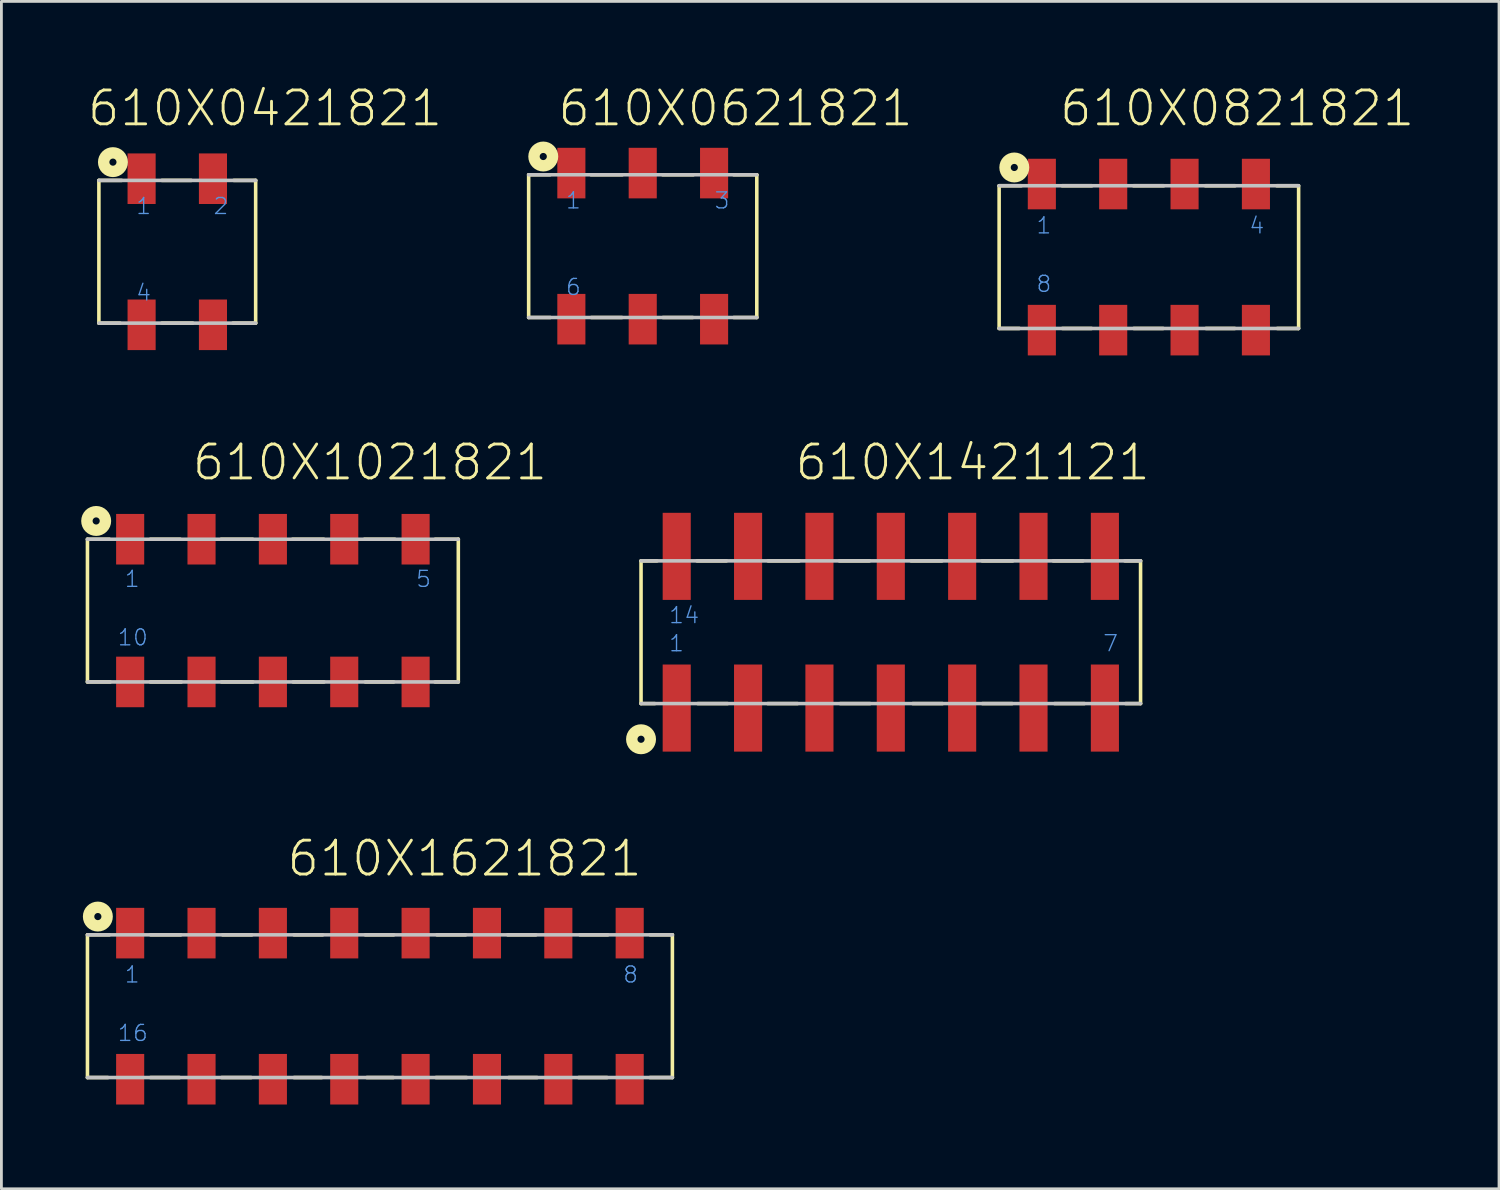
<source format=kicad_pcb>
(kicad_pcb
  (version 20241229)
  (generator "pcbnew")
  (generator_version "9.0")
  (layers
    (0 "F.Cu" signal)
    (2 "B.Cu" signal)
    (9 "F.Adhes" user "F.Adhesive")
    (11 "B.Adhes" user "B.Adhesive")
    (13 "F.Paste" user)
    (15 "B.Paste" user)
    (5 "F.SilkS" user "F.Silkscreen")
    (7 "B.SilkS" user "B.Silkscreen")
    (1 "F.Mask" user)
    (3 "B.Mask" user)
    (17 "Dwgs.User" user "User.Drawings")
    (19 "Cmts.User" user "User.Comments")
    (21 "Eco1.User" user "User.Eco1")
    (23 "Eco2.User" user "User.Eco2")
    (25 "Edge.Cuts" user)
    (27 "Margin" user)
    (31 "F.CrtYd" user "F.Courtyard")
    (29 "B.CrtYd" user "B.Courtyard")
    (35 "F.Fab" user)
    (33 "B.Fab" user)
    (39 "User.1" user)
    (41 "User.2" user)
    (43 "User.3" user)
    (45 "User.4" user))
  (footprint "610X0421821"
    (layer "F.Cu")
    (at 3.26 5.911)
    (property "Reference" "610X0421821" (at -3.26 -4.4 0) (layer "F.SilkS") (effects (font (size 1.206 1.206) (thickness 0.102)) (justify left bottom)))
    (attr through_hole)
    (fp_line (start -2.79 -2.54) (end -2.79 2.54) (stroke (width 0.127) (type solid)) (layer "F.SilkS"))
    (fp_line (start -2.04 2.54) (end -2.79 2.54) (stroke (width 0.127) (type solid)) (layer "F.SilkS"))
    (fp_line (start -1.98 -2.54) (end -2.79 -2.54) (stroke (width 0.127) (type solid)) (layer "F.SilkS"))
    (fp_line (start -0.55 -2.54) (end 0.5 -2.54) (stroke (width 0.127) (type solid)) (layer "F.SilkS"))
    (fp_line (start -0.55 2.54) (end 0.55 2.54) (stroke (width 0.127) (type solid)) (layer "F.SilkS"))
    (fp_line (start 1.98 2.54) (end 2.79 2.54) (stroke (width 0.127) (type solid)) (layer "F.SilkS"))
    (fp_line (start 2.01 -2.54) (end 2.79 -2.54) (stroke (width 0.127) (type solid)) (layer "F.SilkS"))
    (fp_line (start 2.79 2.54) (end 2.79 -2.54) (stroke (width 0.127) (type solid)) (layer "F.SilkS"))
    (fp_circle (center -2.29 -3.19) (end -2.163 -3.19) (stroke (width 0.406) (type solid)) (fill no) (layer "F.SilkS"))
    (fp_line (start -2.79 2.54) (end 2.79 2.54) (stroke (width 0.127) (type solid)) (layer "Dwgs.User"))
    (fp_line (start 2.79 -2.54) (end -2.79 -2.54) (stroke (width 0.127) (type solid)) (layer "Dwgs.User"))
    (fp_text user "4" (at -1.5 1.79 0) (layer "Cmts.User") (effects (font (size 0.57 0.57) (thickness 0.048)) (justify left bottom)))
    (fp_text user "2" (at 1.25 -1.29 0) (layer "Cmts.User") (effects (font (size 0.57 0.57) (thickness 0.048)) (justify left bottom)))
    (fp_text user "1" (at -1.5 -1.29 0) (layer "Cmts.User") (effects (font (size 0.57 0.57) (thickness 0.048)) (justify left bottom)))
    (pad "1" smd rect (at -1.27 -2.6) (size 1 1.8) (layers "F.Cu" "F.Mask" "F.Paste"))
    (pad "2" smd rect (at 1.27 -2.6) (size 1 1.8) (layers "F.Cu" "F.Mask" "F.Paste"))
    (pad "3" smd rect (at 1.27 2.6) (size 1 1.8) (layers "F.Cu" "F.Mask" "F.Paste"))
    (pad "4" smd rect (at -1.27 2.6) (size 1 1.8) (layers "F.Cu" "F.Mask" "F.Paste")))
  (footprint "610X1021821"
    (layer "F.Cu")
    (at 6.663 18.683)
    (property "Reference" "610X1021821" (at -2.93 -4.57 0) (layer "F.SilkS") (effects (font (size 1.206 1.206) (thickness 0.102)) (justify left bottom)))
    (attr through_hole)
    (fp_line (start -6.6 2.54) (end -6.6 -2.54) (stroke (width 0.127) (type solid)) (layer "F.SilkS"))
    (fp_line (start -5.82 -2.54) (end -6.6 -2.54) (stroke (width 0.127) (type solid)) (layer "F.SilkS"))
    (fp_line (start -5.79 2.54) (end -6.6 2.54) (stroke (width 0.127) (type solid)) (layer "F.SilkS"))
    (fp_line (start -4.36 -2.54) (end -3.3 -2.54) (stroke (width 0.127) (type solid)) (layer "F.SilkS"))
    (fp_line (start -4.36 2.54) (end -3.26 2.54) (stroke (width 0.127) (type solid)) (layer "F.SilkS"))
    (fp_line (start -1.84 -2.54) (end -0.72 -2.54) (stroke (width 0.127) (type solid)) (layer "F.SilkS"))
    (fp_line (start -1.83 2.54) (end -0.71 2.54) (stroke (width 0.127) (type solid)) (layer "F.SilkS"))
    (fp_line (start 0.7 -2.54) (end 1.81 -2.54) (stroke (width 0.127) (type solid)) (layer "F.SilkS"))
    (fp_line (start 0.72 2.54) (end 1.82 2.54) (stroke (width 0.127) (type solid)) (layer "F.SilkS"))
    (fp_line (start 3.26 -2.54) (end 4.34 -2.54) (stroke (width 0.127) (type solid)) (layer "F.SilkS"))
    (fp_line (start 3.29 2.54) (end 4.3 2.54) (stroke (width 0.127) (type solid)) (layer "F.SilkS"))
    (fp_line (start 5.77 2.54) (end 6.6 2.54) (stroke (width 0.127) (type solid)) (layer "F.SilkS"))
    (fp_line (start 5.78 -2.54) (end 6.6 -2.54) (stroke (width 0.127) (type solid)) (layer "F.SilkS"))
    (fp_line (start 6.6 2.54) (end 6.6 -2.54) (stroke (width 0.127) (type solid)) (layer "F.SilkS"))
    (fp_circle (center -6.29 -3.19) (end -6.163 -3.19) (stroke (width 0.406) (type solid)) (fill no) (layer "F.SilkS"))
    (fp_line (start -6.6 -2.54) (end 6.6 -2.54) (stroke (width 0.127) (type solid)) (layer "Dwgs.User"))
    (fp_line (start 6.6 2.54) (end -6.6 2.54) (stroke (width 0.127) (type solid)) (layer "Dwgs.User"))
    (fp_text user "10" (at -5.56 1.29 0) (layer "Cmts.User") (effects (font (size 0.57 0.57) (thickness 0.048)) (justify left bottom)))
    (fp_text user "1" (at -5.31 -0.79 0) (layer "Cmts.User") (effects (font (size 0.57 0.57) (thickness 0.048)) (justify left bottom)))
    (fp_text user "5" (at 5.06 -0.79 0) (layer "Cmts.User") (effects (font (size 0.57 0.57) (thickness 0.048)) (justify left bottom)))
    (pad "1" smd rect (at -5.08 -2.54) (size 1 1.8) (layers "F.Cu" "F.Mask" "F.Paste"))
    (pad "2" smd rect (at -2.54 -2.54) (size 1 1.8) (layers "F.Cu" "F.Mask" "F.Paste"))
    (pad "3" smd rect (at 0 -2.54) (size 1 1.8) (layers "F.Cu" "F.Mask" "F.Paste"))
    (pad "4" smd rect (at 2.54 -2.54) (size 1 1.8) (layers "F.Cu" "F.Mask" "F.Paste"))
    (pad "5" smd rect (at 5.08 -2.54) (size 1 1.8) (layers "F.Cu" "F.Mask" "F.Paste"))
    (pad "6" smd rect (at 5.08 2.54) (size 1 1.8) (layers "F.Cu" "F.Mask" "F.Paste"))
    (pad "7" smd rect (at 2.54 2.54) (size 1 1.8) (layers "F.Cu" "F.Mask" "F.Paste"))
    (pad "8" smd rect (at 0 2.54) (size 1 1.8) (layers "F.Cu" "F.Mask" "F.Paste"))
    (pad "9" smd rect (at -2.54 2.54) (size 1 1.8) (layers "F.Cu" "F.Mask" "F.Paste"))
    (pad "10" smd rect (at -5.08 2.54) (size 1 1.8) (layers "F.Cu" "F.Mask" "F.Paste")))
  (footprint "610X1621821"
    (layer "F.Cu")
    (at 10.473 32.764)
    (property "Reference" "610X1621821" (at -3.37 -4.55 0) (layer "F.SilkS") (effects (font (size 1.206 1.206) (thickness 0.102)) (justify left bottom)))
    (attr through_hole)
    (fp_line (start -10.41 -2.54) (end -10.41 2.54) (stroke (width 0.127) (type solid)) (layer "F.SilkS"))
    (fp_line (start -9.68 2.54) (end -10.41 2.54) (stroke (width 0.127) (type solid)) (layer "F.SilkS"))
    (fp_line (start -9.63 -2.54) (end -10.41 -2.54) (stroke (width 0.127) (type solid)) (layer "F.SilkS"))
    (fp_line (start -8.17 2.54) (end -7.13 2.54) (stroke (width 0.127) (type solid)) (layer "F.SilkS"))
    (fp_line (start -8.16 -2.54) (end -7.09 -2.54) (stroke (width 0.127) (type solid)) (layer "F.SilkS"))
    (fp_line (start -5.64 2.54) (end -4.58 2.54) (stroke (width 0.127) (type solid)) (layer "F.SilkS"))
    (fp_line (start -5.6 -2.54) (end -4.56 -2.54) (stroke (width 0.127) (type solid)) (layer "F.SilkS"))
    (fp_line (start -3.06 -2.54) (end -2.04 -2.54) (stroke (width 0.127) (type solid)) (layer "F.SilkS"))
    (fp_line (start -3.06 2.54) (end -2.07 2.54) (stroke (width 0.127) (type solid)) (layer "F.SilkS"))
    (fp_line (start -0.52 -2.54) (end 0.49 -2.54) (stroke (width 0.127) (type solid)) (layer "F.SilkS"))
    (fp_line (start -0.47 2.54) (end 0.48 2.54) (stroke (width 0.127) (type solid)) (layer "F.SilkS"))
    (fp_line (start 1.99 2.54) (end 3.09 2.54) (stroke (width 0.127) (type solid)) (layer "F.SilkS"))
    (fp_line (start 2.03 -2.54) (end 3.05 -2.54) (stroke (width 0.127) (type solid)) (layer "F.SilkS"))
    (fp_line (start 4.55 -2.54) (end 5.55 -2.54) (stroke (width 0.127) (type solid)) (layer "F.SilkS"))
    (fp_line (start 4.58 2.54) (end 5.6 2.54) (stroke (width 0.127) (type solid)) (layer "F.SilkS"))
    (fp_line (start 7.07 2.54) (end 8.09 2.54) (stroke (width 0.127) (type solid)) (layer "F.SilkS"))
    (fp_line (start 7.12 -2.54) (end 8.11 -2.54) (stroke (width 0.127) (type solid)) (layer "F.SilkS"))
    (fp_line (start 9.61 2.54) (end 10.41 2.54) (stroke (width 0.127) (type solid)) (layer "F.SilkS"))
    (fp_line (start 9.62 -2.54) (end 10.41 -2.54) (stroke (width 0.127) (type solid)) (layer "F.SilkS"))
    (fp_line (start 10.41 2.54) (end 10.41 -2.54) (stroke (width 0.127) (type solid)) (layer "F.SilkS"))
    (fp_circle (center -10.04 -3.19) (end -9.913 -3.19) (stroke (width 0.406) (type solid)) (fill no) (layer "F.SilkS"))
    (fp_line (start -10.41 2.54) (end 10.41 2.54) (stroke (width 0.127) (type solid)) (layer "Dwgs.User"))
    (fp_line (start 10.41 -2.54) (end -10.41 -2.54) (stroke (width 0.127) (type solid)) (layer "Dwgs.User"))
    (fp_text user "16" (at -9.37 1.29 0) (layer "Cmts.User") (effects (font (size 0.57 0.57) (thickness 0.048)) (justify left bottom)))
    (fp_text user "1" (at -9.12 -0.79 0) (layer "Cmts.User") (effects (font (size 0.57 0.57) (thickness 0.048)) (justify left bottom)))
    (fp_text user "8" (at 8.62 -0.79 0) (layer "Cmts.User") (effects (font (size 0.57 0.57) (thickness 0.048)) (justify left bottom)))
    (pad "1" smd rect (at -8.89 -2.6) (size 1 1.8) (layers "F.Cu" "F.Mask" "F.Paste"))
    (pad "2" smd rect (at -6.35 -2.6) (size 1 1.8) (layers "F.Cu" "F.Mask" "F.Paste"))
    (pad "3" smd rect (at -3.81 -2.6) (size 1 1.8) (layers "F.Cu" "F.Mask" "F.Paste"))
    (pad "4" smd rect (at -1.27 -2.6) (size 1 1.8) (layers "F.Cu" "F.Mask" "F.Paste"))
    (pad "5" smd rect (at 1.27 -2.6) (size 1 1.8) (layers "F.Cu" "F.Mask" "F.Paste"))
    (pad "6" smd rect (at 3.81 -2.6) (size 1 1.8) (layers "F.Cu" "F.Mask" "F.Paste"))
    (pad "7" smd rect (at 6.35 -2.6) (size 1 1.8) (layers "F.Cu" "F.Mask" "F.Paste"))
    (pad "8" smd rect (at 8.89 -2.6) (size 1 1.8) (layers "F.Cu" "F.Mask" "F.Paste"))
    (pad "9" smd rect (at 8.89 2.6) (size 1 1.8) (layers "F.Cu" "F.Mask" "F.Paste"))
    (pad "10" smd rect (at 6.35 2.6) (size 1 1.8) (layers "F.Cu" "F.Mask" "F.Paste"))
    (pad "11" smd rect (at 3.81 2.6) (size 1 1.8) (layers "F.Cu" "F.Mask" "F.Paste"))
    (pad "12" smd rect (at 1.27 2.6) (size 1 1.8) (layers "F.Cu" "F.Mask" "F.Paste"))
    (pad "13" smd rect (at -1.27 2.6) (size 1 1.8) (layers "F.Cu" "F.Mask" "F.Paste"))
    (pad "14" smd rect (at -3.81 2.6) (size 1 1.8) (layers "F.Cu" "F.Mask" "F.Paste"))
    (pad "15" smd rect (at -6.35 2.6) (size 1 1.8) (layers "F.Cu" "F.Mask" "F.Paste"))
    (pad "16" smd rect (at -8.89 2.6) (size 1 1.8) (layers "F.Cu" "F.Mask" "F.Paste")))
  (footprint "610X1421121"
    (layer "F.Cu")
    (at 28.657 19.453)
    (property "Reference" "610X1421121" (at -3.47 -5.34 0) (layer "F.SilkS") (effects (font (size 1.206 1.206) (thickness 0.102)) (justify left bottom)))
    (attr through_hole)
    (fp_line (start -8.89 -2.54) (end -8.89 2.54) (stroke (width 0.127) (type solid)) (layer "F.SilkS"))
    (fp_line (start -8.4 2.54) (end -8.89 2.54) (stroke (width 0.127) (type solid)) (layer "F.SilkS"))
    (fp_line (start -8.32 -2.54) (end -8.89 -2.54) (stroke (width 0.127) (type solid)) (layer "F.SilkS"))
    (fp_line (start -6.9 -2.54) (end -5.85 -2.54) (stroke (width 0.127) (type solid)) (layer "F.SilkS"))
    (fp_line (start -6.87 2.54) (end -5.81 2.54) (stroke (width 0.127) (type solid)) (layer "F.SilkS"))
    (fp_line (start -4.38 2.54) (end -3.32 2.54) (stroke (width 0.127) (type solid)) (layer "F.SilkS"))
    (fp_line (start -4.37 -2.54) (end -3.26 -2.54) (stroke (width 0.127) (type solid)) (layer "F.SilkS"))
    (fp_line (start -1.83 -2.54) (end -0.76 -2.54) (stroke (width 0.127) (type solid)) (layer "F.SilkS"))
    (fp_line (start -1.8 2.54) (end -0.74 2.54) (stroke (width 0.127) (type solid)) (layer "F.SilkS"))
    (fp_line (start 0.72 -2.54) (end 1.82 -2.54) (stroke (width 0.127) (type solid)) (layer "F.SilkS"))
    (fp_line (start 0.78 2.54) (end 1.84 2.54) (stroke (width 0.127) (type solid)) (layer "F.SilkS"))
    (fp_line (start 3.25 -2.54) (end 4.34 -2.54) (stroke (width 0.127) (type solid)) (layer "F.SilkS"))
    (fp_line (start 3.26 2.54) (end 4.32 2.54) (stroke (width 0.127) (type solid)) (layer "F.SilkS"))
    (fp_line (start 5.78 -2.54) (end 6.84 -2.54) (stroke (width 0.127) (type solid)) (layer "F.SilkS"))
    (fp_line (start 5.83 2.54) (end 6.89 2.54) (stroke (width 0.127) (type solid)) (layer "F.SilkS"))
    (fp_line (start 8.33 -2.54) (end 8.89 -2.54) (stroke (width 0.127) (type solid)) (layer "F.SilkS"))
    (fp_line (start 8.36 2.54) (end 8.89 2.54) (stroke (width 0.127) (type solid)) (layer "F.SilkS"))
    (fp_line (start 8.89 -2.54) (end 8.89 2.54) (stroke (width 0.127) (type solid)) (layer "F.SilkS"))
    (fp_circle (center -8.89 3.81) (end -8.763 3.81) (stroke (width 0.406) (type solid)) (fill no) (layer "F.SilkS"))
    (fp_line (start -8.89 2.54) (end 8.89 2.54) (stroke (width 0.127) (type solid)) (layer "Dwgs.User"))
    (fp_line (start 8.89 -2.54) (end -8.89 -2.54) (stroke (width 0.127) (type solid)) (layer "Dwgs.User"))
    (fp_text user "7" (at 7.52 0.73 0) (layer "Cmts.User") (effects (font (size 0.57 0.57) (thickness 0.048)) (justify left bottom)))
    (fp_text user "14" (at -7.93 -0.27 0) (layer "Cmts.User") (effects (font (size 0.57 0.57) (thickness 0.048)) (justify left bottom)))
    (fp_text user "1" (at -7.93 0.73 0) (layer "Cmts.User") (effects (font (size 0.57 0.57) (thickness 0.048)) (justify left bottom)))
    (pad "1" smd rect (at -7.62 2.7 90) (size 3.1 1) (layers "F.Cu" "F.Mask" "F.Paste"))
    (pad "2" smd rect (at -5.08 2.7 90) (size 3.1 1) (layers "F.Cu" "F.Mask" "F.Paste"))
    (pad "3" smd rect (at -2.54 2.7 90) (size 3.1 1) (layers "F.Cu" "F.Mask" "F.Paste"))
    (pad "4" smd rect (at 0 2.7 90) (size 3.1 1) (layers "F.Cu" "F.Mask" "F.Paste"))
    (pad "5" smd rect (at 2.54 2.7 90) (size 3.1 1) (layers "F.Cu" "F.Mask" "F.Paste"))
    (pad "6" smd rect (at 5.08 2.7 90) (size 3.1 1) (layers "F.Cu" "F.Mask" "F.Paste"))
    (pad "7" smd rect (at 7.62 2.7 90) (size 3.1 1) (layers "F.Cu" "F.Mask" "F.Paste"))
    (pad "8" smd rect (at 7.62 -2.7 90) (size 3.1 1) (layers "F.Cu" "F.Mask" "F.Paste"))
    (pad "9" smd rect (at 5.08 -2.7 90) (size 3.1 1) (layers "F.Cu" "F.Mask" "F.Paste"))
    (pad "10" smd rect (at 2.54 -2.7 90) (size 3.1 1) (layers "F.Cu" "F.Mask" "F.Paste"))
    (pad "11" smd rect (at 0 -2.7 90) (size 3.1 1) (layers "F.Cu" "F.Mask" "F.Paste"))
    (pad "12" smd rect (at -2.54 -2.7 90) (size 3.1 1) (layers "F.Cu" "F.Mask" "F.Paste"))
    (pad "13" smd rect (at -5.08 -2.7 90) (size 3.1 1) (layers "F.Cu" "F.Mask" "F.Paste"))
    (pad "14" smd rect (at -7.62 -2.7 90) (size 3.1 1) (layers "F.Cu" "F.Mask" "F.Paste")))
  (footprint "610X0821821"
    (layer "F.Cu")
    (at 37.843 6.101)
    (property "Reference" "610X0821821" (at -3.24 -4.59 0) (layer "F.SilkS") (effects (font (size 1.206 1.206) (thickness 0.102)) (justify left bottom)))
    (attr through_hole)
    (fp_line (start -5.33 -2.54) (end -5.33 2.54) (stroke (width 0.127) (type solid)) (layer "F.SilkS"))
    (fp_line (start -4.61 2.54) (end -5.33 2.54) (stroke (width 0.127) (type solid)) (layer "F.SilkS"))
    (fp_line (start -4.54 -2.54) (end -5.33 -2.54) (stroke (width 0.127) (type solid)) (layer "F.SilkS"))
    (fp_line (start -3.09 -2.54) (end -2.03 -2.54) (stroke (width 0.127) (type solid)) (layer "F.SilkS"))
    (fp_line (start -3.08 2.54) (end -2.04 2.54) (stroke (width 0.127) (type solid)) (layer "F.SilkS"))
    (fp_line (start -0.55 -2.54) (end 0.53 -2.54) (stroke (width 0.127) (type solid)) (layer "F.SilkS"))
    (fp_line (start -0.54 2.54) (end 0.51 2.54) (stroke (width 0.127) (type solid)) (layer "F.SilkS"))
    (fp_line (start 2.01 -2.54) (end 3.07 -2.54) (stroke (width 0.127) (type solid)) (layer "F.SilkS"))
    (fp_line (start 2.03 2.54) (end 3.06 2.54) (stroke (width 0.127) (type solid)) (layer "F.SilkS"))
    (fp_line (start 4.55 -2.54) (end 5.32 -2.54) (stroke (width 0.127) (type solid)) (layer "F.SilkS"))
    (fp_line (start 4.57 2.54) (end 5.32 2.54) (stroke (width 0.127) (type solid)) (layer "F.SilkS"))
    (fp_line (start 5.32 2.54) (end 5.32 2.53) (stroke (width 0.127) (type solid)) (layer "F.SilkS"))
    (fp_line (start 5.33 2.54) (end 5.33 -2.54) (stroke (width 0.127) (type solid)) (layer "F.SilkS"))
    (fp_circle (center -4.79 -3.19) (end -4.663 -3.19) (stroke (width 0.406) (type solid)) (fill no) (layer "F.SilkS"))
    (fp_line (start -5.33 2.54) (end 5.33 2.54) (stroke (width 0.127) (type solid)) (layer "Dwgs.User"))
    (fp_line (start 5.33 -2.54) (end -5.33 -2.54) (stroke (width 0.127) (type solid)) (layer "Dwgs.User"))
    (fp_text user "1" (at -4.04 -0.79 0) (layer "Cmts.User") (effects (font (size 0.57 0.57) (thickness 0.048)) (justify left bottom)))
    (fp_text user "4" (at 3.54 -0.79 0) (layer "Cmts.User") (effects (font (size 0.57 0.57) (thickness 0.048)) (justify left bottom)))
    (fp_text user "8" (at -4.04 1.29 0) (layer "Cmts.User") (effects (font (size 0.57 0.57) (thickness 0.048)) (justify left bottom)))
    (pad "1" smd rect (at -3.81 -2.6) (size 1 1.8) (layers "F.Cu" "F.Mask" "F.Paste"))
    (pad "2" smd rect (at -1.27 -2.6) (size 1 1.8) (layers "F.Cu" "F.Mask" "F.Paste"))
    (pad "3" smd rect (at 1.27 -2.6) (size 1 1.8) (layers "F.Cu" "F.Mask" "F.Paste"))
    (pad "4" smd rect (at 3.81 -2.6) (size 1 1.8) (layers "F.Cu" "F.Mask" "F.Paste"))
    (pad "5" smd rect (at 3.81 2.6) (size 1 1.8) (layers "F.Cu" "F.Mask" "F.Paste"))
    (pad "6" smd rect (at 1.27 2.6) (size 1 1.8) (layers "F.Cu" "F.Mask" "F.Paste"))
    (pad "7" smd rect (at -1.27 2.6) (size 1 1.8) (layers "F.Cu" "F.Mask" "F.Paste"))
    (pad "8" smd rect (at -3.81 2.6) (size 1 1.8) (layers "F.Cu" "F.Mask" "F.Paste")))
  (footprint "610X0621821"
    (layer "F.Cu")
    (at 19.827 5.711)
    (property "Reference" "610X0621821" (at -3.08 -4.2 0) (layer "F.SilkS") (effects (font (size 1.206 1.206) (thickness 0.102)) (justify left bottom)))
    (attr through_hole)
    (fp_line (start -4.06 -2.54) (end -4.06 2.54) (stroke (width 0.127) (type solid)) (layer "F.SilkS"))
    (fp_line (start -3.3 -2.54) (end -4.06 -2.54) (stroke (width 0.127) (type solid)) (layer "F.SilkS"))
    (fp_line (start -3.29 2.54) (end -4.06 2.54) (stroke (width 0.127) (type solid)) (layer "F.SilkS"))
    (fp_line (start -1.84 -2.54) (end -0.73 -2.54) (stroke (width 0.127) (type solid)) (layer "F.SilkS"))
    (fp_line (start -1.83 2.54) (end -0.74 2.54) (stroke (width 0.127) (type solid)) (layer "F.SilkS"))
    (fp_line (start 0.71 -2.54) (end 1.8 -2.54) (stroke (width 0.127) (type solid)) (layer "F.SilkS"))
    (fp_line (start 0.72 2.54) (end 1.78 2.54) (stroke (width 0.127) (type solid)) (layer "F.SilkS"))
    (fp_line (start 3.24 -2.54) (end 4.06 -2.54) (stroke (width 0.127) (type solid)) (layer "F.SilkS"))
    (fp_line (start 3.24 2.54) (end 4.06 2.54) (stroke (width 0.127) (type solid)) (layer "F.SilkS"))
    (fp_line (start 4.06 2.54) (end 4.06 -2.54) (stroke (width 0.127) (type solid)) (layer "F.SilkS"))
    (fp_circle (center -3.54 -3.19) (end -3.413 -3.19) (stroke (width 0.406) (type solid)) (fill no) (layer "F.SilkS"))
    (fp_line (start -4.06 2.54) (end 4.06 2.54) (stroke (width 0.127) (type solid)) (layer "Dwgs.User"))
    (fp_line (start 4.06 -2.54) (end -4.06 -2.54) (stroke (width 0.127) (type solid)) (layer "Dwgs.User"))
    (fp_text user "3" (at 2.52 -1.29 0) (layer "Cmts.User") (effects (font (size 0.57 0.57) (thickness 0.048)) (justify left bottom)))
    (fp_text user "1" (at -2.77 -1.29 0) (layer "Cmts.User") (effects (font (size 0.57 0.57) (thickness 0.048)) (justify left bottom)))
    (fp_text user "6" (at -2.77 1.79 0) (layer "Cmts.User") (effects (font (size 0.57 0.57) (thickness 0.048)) (justify left bottom)))
    (pad "1" smd rect (at -2.54 -2.6) (size 1 1.8) (layers "F.Cu" "F.Mask" "F.Paste"))
    (pad "2" smd rect (at 0 -2.6) (size 1 1.8) (layers "F.Cu" "F.Mask" "F.Paste"))
    (pad "3" smd rect (at 2.54 -2.6) (size 1 1.8) (layers "F.Cu" "F.Mask" "F.Paste"))
    (pad "4" smd rect (at 2.54 2.6) (size 1 1.8) (layers "F.Cu" "F.Mask" "F.Paste"))
    (pad "5" smd rect (at 0 2.6) (size 1 1.8) (layers "F.Cu" "F.Mask" "F.Paste"))
    (pad "6" smd rect (at -2.54 2.6) (size 1 1.8) (layers "F.Cu" "F.Mask" "F.Paste")))
  (gr_rect
    (start -3 -3)
    (end 50.306 39.264)
    (stroke (width 0.1) (type default))
    (fill no)
    (layer "Edge.Cuts")))
</source>
